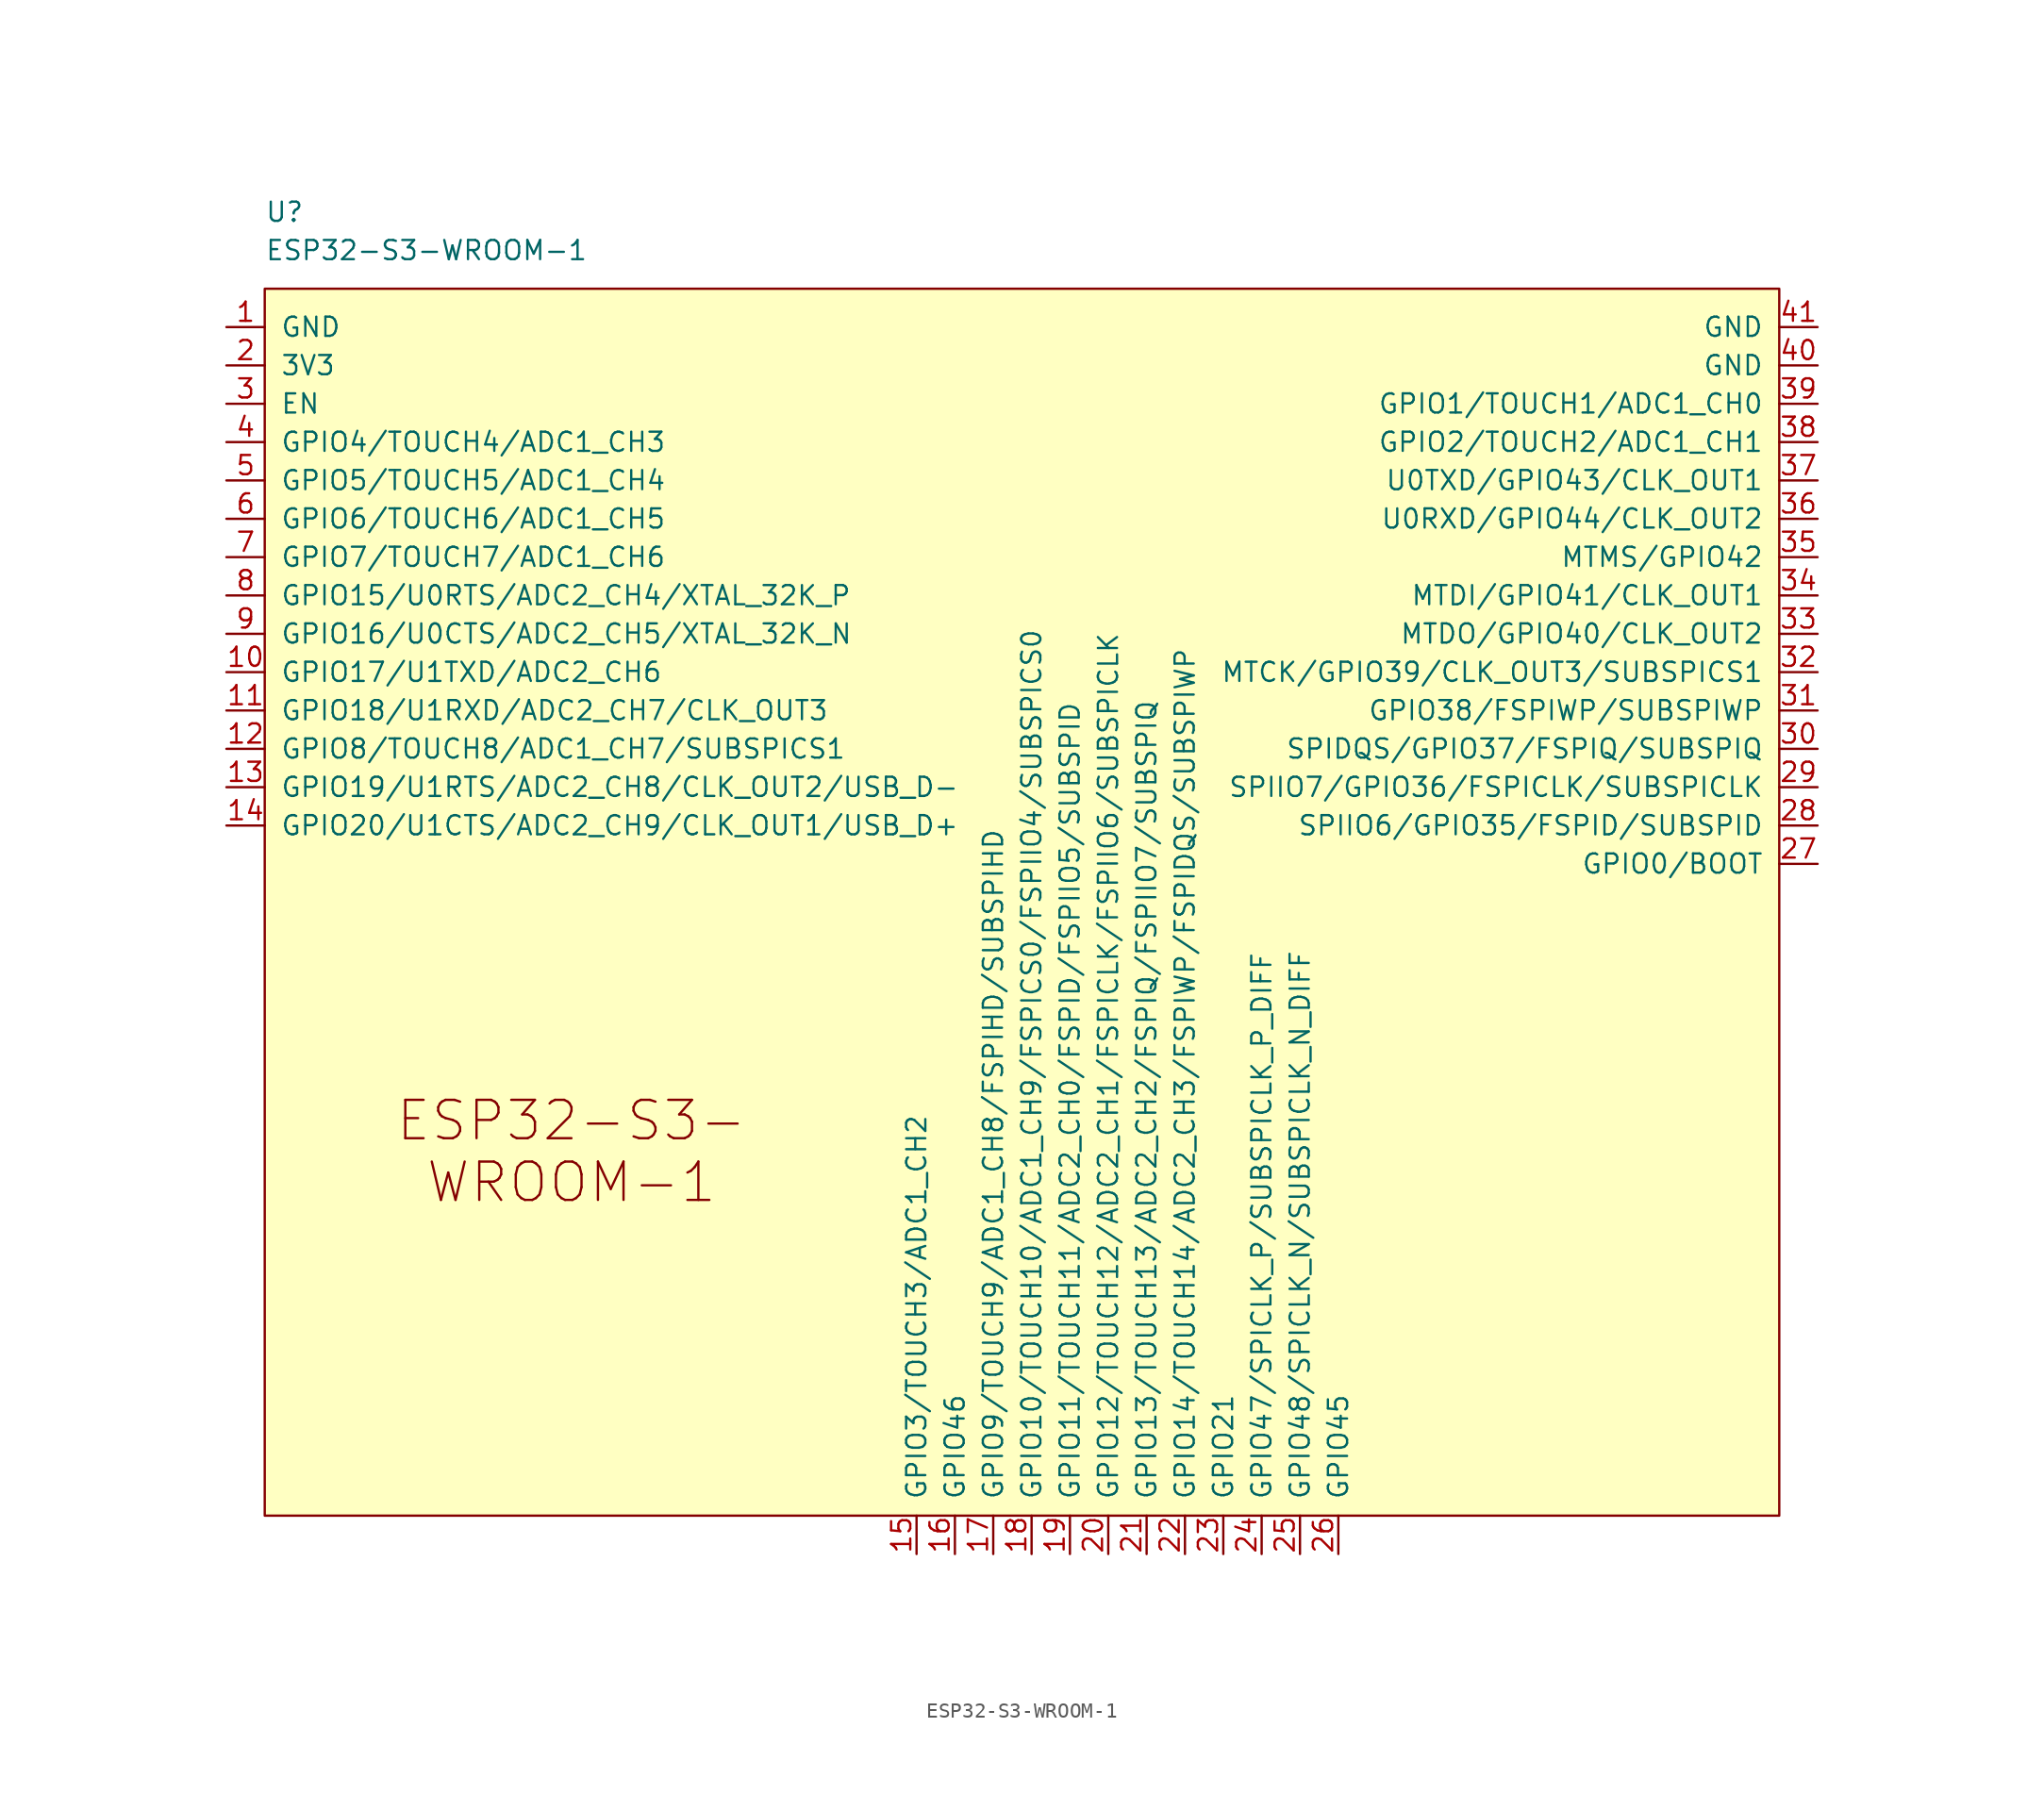
<source format=kicad_sym>
(kicad_symbol_lib
  (version 20220914)
  (generator kicad_symbol_editor)
  (symbol "ESP32-S3-WROOM-1"
    (pin_names
      (offset 1.016))
    (property "Reference" "U"
      (at -43.18 43.18 0)
      (effects (font (size 1.27 1.27)) (justify left)))
    (property "Value" "ESP32-S3-WROOM-1"
      (at -43.18 40.64 0)
      (effects (font (size 1.27 1.27)) (justify left)))
    (symbol "ESP32-S3-WROOM-1_0_0"
      (pin power_in line (at -45.72 35.56 0) (length 2.54) (name "GND" (effects (font (size 1.27 1.27)))) (number "1" (effects (font (size 1.27 1.27)))))
      (pin bidirectional line (at -45.72 12.7 0) (length 2.54) (name "GPIO17/U1TXD/ADC2_CH6" (effects (font (size 1.27 1.27)))) (number "10" (effects (font (size 1.27 1.27)))))
      (pin bidirectional line (at -45.72 10.16 0) (length 2.54) (name "GPIO18/U1RXD/ADC2_CH7/CLK_OUT3" (effects (font (size 1.27 1.27)))) (number "11" (effects (font (size 1.27 1.27)))))
      (pin bidirectional line (at -45.72 7.62 0) (length 2.54) (name "GPIO8/TOUCH8/ADC1_CH7/SUBSPICS1" (effects (font (size 1.27 1.27)))) (number "12" (effects (font (size 1.27 1.27)))))
      (pin bidirectional line (at -45.72 5.08 0) (length 2.54) (name "GPIO19/U1RTS/ADC2_CH8/CLK_OUT2/USB_D-" (effects (font (size 1.27 1.27)))) (number "13" (effects (font (size 1.27 1.27)))))
      (pin bidirectional line (at -45.72 2.54 0) (length 2.54) (name "GPIO20/U1CTS/ADC2_CH9/CLK_OUT1/USB_D+" (effects (font (size 1.27 1.27)))) (number "14" (effects (font (size 1.27 1.27)))))
      (pin bidirectional line (at 0 -45.72 90) (length 2.54) (name "GPIO3/TOUCH3/ADC1_CH2" (effects (font (size 1.27 1.27)))) (number "15" (effects (font (size 1.27 1.27)))))
      (pin bidirectional line (at 2.54 -45.72 90) (length 2.54) (name "GPIO46" (effects (font (size 1.27 1.27)))) (number "16" (effects (font (size 1.27 1.27)))))
      (pin bidirectional line (at 5.08 -45.72 90) (length 2.54) (name "GPIO9/TOUCH9/ADC1_CH8/FSPIHD/SUBSPIHD" (effects (font (size 1.27 1.27)))) (number "17" (effects (font (size 1.27 1.27)))))
      (pin bidirectional line (at 7.62 -45.72 90) (length 2.54) (name "GPIO10/TOUCH10/ADC1_CH9/FSPICS0/FSPIIO4/SUBSPICS0" (effects (font (size 1.27 1.27)))) (number "18" (effects (font (size 1.27 1.27)))))
      (pin bidirectional line (at 10.16 -45.72 90) (length 2.54) (name "GPIO11/TOUCH11/ADC2_CH0/FSPID/FSPIIO5/SUBSPID" (effects (font (size 1.27 1.27)))) (number "19" (effects (font (size 1.27 1.27)))))
      (pin power_in line (at -45.72 33.02 0) (length 2.54) (name "3V3" (effects (font (size 1.27 1.27)))) (number "2" (effects (font (size 1.27 1.27)))))
      (pin bidirectional line (at 12.7 -45.72 90) (length 2.54) (name "GPIO12/TOUCH12/ADC2_CH1/FSPICLK/FSPIIO6/SUBSPICLK" (effects (font (size 1.27 1.27)))) (number "20" (effects (font (size 1.27 1.27)))))
      (pin bidirectional line (at 15.24 -45.72 90) (length 2.54) (name "GPIO13/TOUCH13/ADC2_CH2/FSPIQ/FSPIIO7/SUBSPIQ" (effects (font (size 1.27 1.27)))) (number "21" (effects (font (size 1.27 1.27)))))
      (pin bidirectional line (at 17.78 -45.72 90) (length 2.54) (name "GPIO14/TOUCH14/ADC2_CH3/FSPIWP/FSPIDQS/SUBSPIWP" (effects (font (size 1.27 1.27)))) (number "22" (effects (font (size 1.27 1.27)))))
      (pin bidirectional line (at 20.32 -45.72 90) (length 2.54) (name "GPIO21" (effects (font (size 1.27 1.27)))) (number "23" (effects (font (size 1.27 1.27)))))
      (pin bidirectional line (at 22.86 -45.72 90) (length 2.54) (name "GPIO47/SPICLK_P/SUBSPICLK_P_DIFF" (effects (font (size 1.27 1.27)))) (number "24" (effects (font (size 1.27 1.27)))))
      (pin bidirectional line (at 25.4 -45.72 90) (length 2.54) (name "GPIO48/SPICLK_N/SUBSPICLK_N_DIFF" (effects (font (size 1.27 1.27)))) (number "25" (effects (font (size 1.27 1.27)))))
      (pin bidirectional line (at 27.94 -45.72 90) (length 2.54) (name "GPIO45" (effects (font (size 1.27 1.27)))) (number "26" (effects (font (size 1.27 1.27)))))
      (pin bidirectional line (at 59.69 0 180) (length 2.54) (name "GPIO0/BOOT" (effects (font (size 1.27 1.27)))) (number "27" (effects (font (size 1.27 1.27)))))
      (pin bidirectional line (at 59.69 2.54 180) (length 2.54) (name "SPIIO6/GPIO35/FSPID/SUBSPID" (effects (font (size 1.27 1.27)))) (number "28" (effects (font (size 1.27 1.27)))))
      (pin bidirectional line (at 59.69 5.08 180) (length 2.54) (name "SPIIO7/GPIO36/FSPICLK/SUBSPICLK" (effects (font (size 1.27 1.27)))) (number "29" (effects (font (size 1.27 1.27)))))
      (pin input line (at -45.72 30.48 0) (length 2.54) (name "EN" (effects (font (size 1.27 1.27)))) (number "3" (effects (font (size 1.27 1.27)))))
      (pin bidirectional line (at 59.69 7.62 180) (length 2.54) (name "SPIDQS/GPIO37/FSPIQ/SUBSPIQ" (effects (font (size 1.27 1.27)))) (number "30" (effects (font (size 1.27 1.27)))))
      (pin bidirectional line (at 59.69 10.16 180) (length 2.54) (name "GPIO38/FSPIWP/SUBSPIWP" (effects (font (size 1.27 1.27)))) (number "31" (effects (font (size 1.27 1.27)))))
      (pin bidirectional line (at 59.69 12.7 180) (length 2.54) (name "MTCK/GPIO39/CLK_OUT3/SUBSPICS1" (effects (font (size 1.27 1.27)))) (number "32" (effects (font (size 1.27 1.27)))))
      (pin bidirectional line (at 59.69 15.24 180) (length 2.54) (name "MTDO/GPIO40/CLK_OUT2" (effects (font (size 1.27 1.27)))) (number "33" (effects (font (size 1.27 1.27)))))
      (pin bidirectional line (at 59.69 17.78 180) (length 2.54) (name "MTDI/GPIO41/CLK_OUT1" (effects (font (size 1.27 1.27)))) (number "34" (effects (font (size 1.27 1.27)))))
      (pin bidirectional line (at 59.69 20.32 180) (length 2.54) (name "MTMS/GPIO42" (effects (font (size 1.27 1.27)))) (number "35" (effects (font (size 1.27 1.27)))))
      (pin bidirectional line (at 59.69 22.86 180) (length 2.54) (name "U0RXD/GPIO44/CLK_OUT2" (effects (font (size 1.27 1.27)))) (number "36" (effects (font (size 1.27 1.27)))))
      (pin bidirectional line (at 59.69 25.4 180) (length 2.54) (name "U0TXD/GPIO43/CLK_OUT1" (effects (font (size 1.27 1.27)))) (number "37" (effects (font (size 1.27 1.27)))))
      (pin bidirectional line (at 59.69 27.94 180) (length 2.54) (name "GPIO2/TOUCH2/ADC1_CH1" (effects (font (size 1.27 1.27)))) (number "38" (effects (font (size 1.27 1.27)))))
      (pin bidirectional line (at 59.69 30.48 180) (length 2.54) (name "GPIO1/TOUCH1/ADC1_CH0" (effects (font (size 1.27 1.27)))) (number "39" (effects (font (size 1.27 1.27)))))
      (pin bidirectional line (at -45.72 27.94 0) (length 2.54) (name "GPIO4/TOUCH4/ADC1_CH3" (effects (font (size 1.27 1.27)))) (number "4" (effects (font (size 1.27 1.27)))))
      (pin bidirectional line (at -45.72 25.4 0) (length 2.54) (name "GPIO5/TOUCH5/ADC1_CH4" (effects (font (size 1.27 1.27)))) (number "5" (effects (font (size 1.27 1.27)))))
      (pin bidirectional line (at -45.72 22.86 0) (length 2.54) (name "GPIO6/TOUCH6/ADC1_CH5" (effects (font (size 1.27 1.27)))) (number "6" (effects (font (size 1.27 1.27)))))
      (pin bidirectional line (at -45.72 20.32 0) (length 2.54) (name "GPIO7/TOUCH7/ADC1_CH6" (effects (font (size 1.27 1.27)))) (number "7" (effects (font (size 1.27 1.27)))))
      (pin bidirectional line (at -45.72 17.78 0) (length 2.54) (name "GPIO15/U0RTS/ADC2_CH4/XTAL_32K_P" (effects (font (size 1.27 1.27)))) (number "8" (effects (font (size 1.27 1.27)))))
      (pin bidirectional line (at -45.72 15.24 0) (length 2.54) (name "GPIO16/U0CTS/ADC2_CH5/XTAL_32K_N" (effects (font (size 1.27 1.27)))) (number "9" (effects (font (size 1.27 1.27))))))
    (symbol "ESP32-S3-WROOM-1_0_1"
      (rectangle (start -43.18 38.1) (end 57.15 -43.18) (stroke (width 0) (type default)) (fill (type background))))
    (symbol "ESP32-S3-WROOM-1_1_0"
      (text "ESP32-S3-\nWROOM-1" (at -22.86 -19.05 0) (effects (font (size 2.54 2.54))))
      (pin passive line (at 59.69 33.02 180) (length 2.54) (name "GND" (effects (font (size 1.27 1.27)))) (number "40" (effects (font (size 1.27 1.27)))))
      (pin passive line (at 59.69 35.56 180) (length 2.54) (name "GND" (effects (font (size 1.27 1.27)))) (number "41" (effects (font (size 1.27 1.27))))))))
</source>
